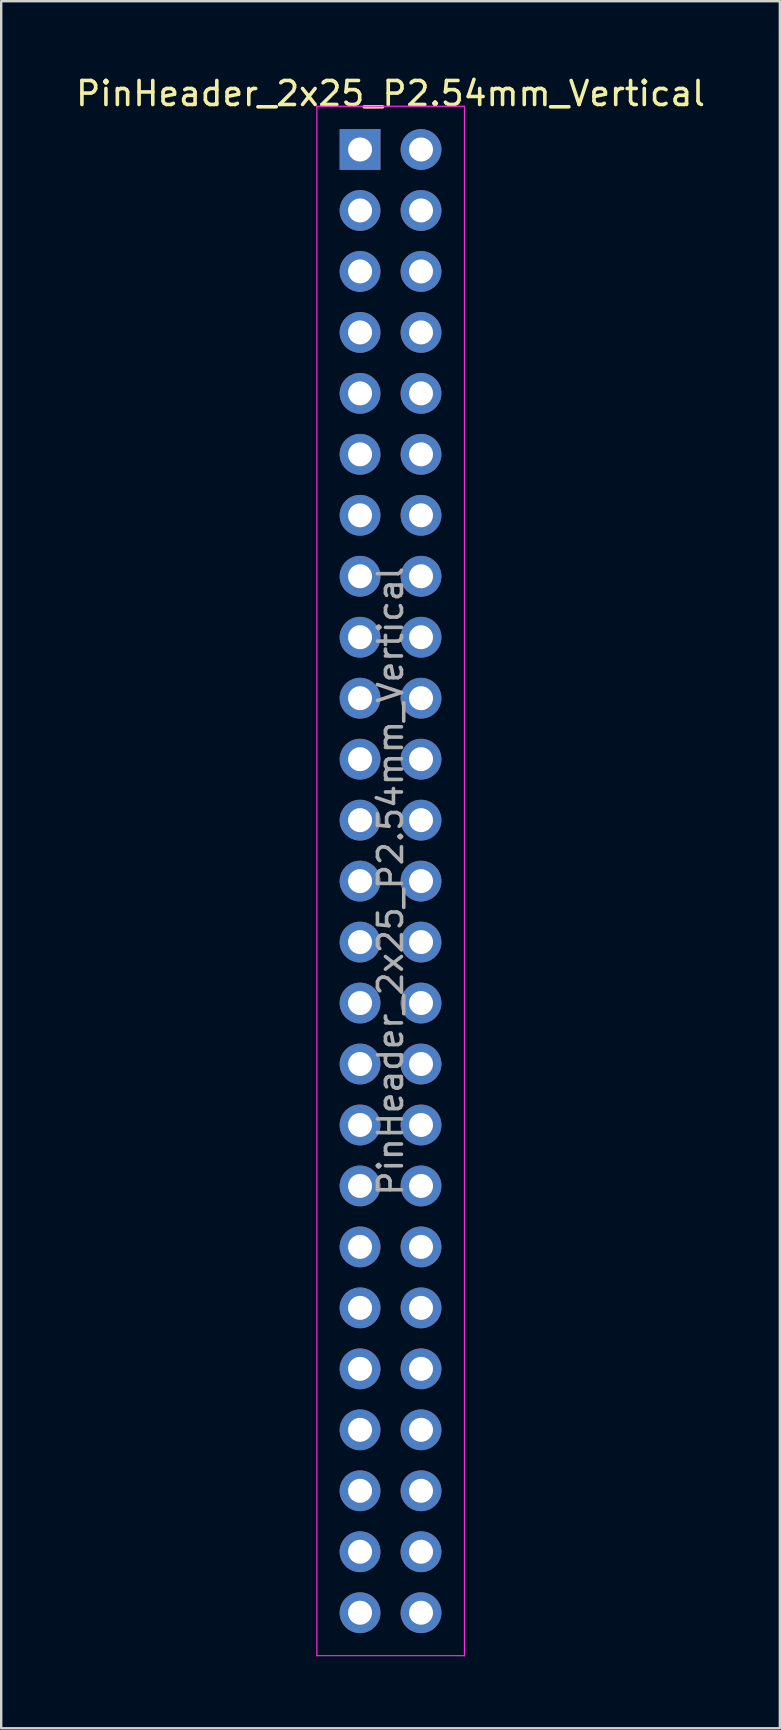
<source format=kicad_pcb>
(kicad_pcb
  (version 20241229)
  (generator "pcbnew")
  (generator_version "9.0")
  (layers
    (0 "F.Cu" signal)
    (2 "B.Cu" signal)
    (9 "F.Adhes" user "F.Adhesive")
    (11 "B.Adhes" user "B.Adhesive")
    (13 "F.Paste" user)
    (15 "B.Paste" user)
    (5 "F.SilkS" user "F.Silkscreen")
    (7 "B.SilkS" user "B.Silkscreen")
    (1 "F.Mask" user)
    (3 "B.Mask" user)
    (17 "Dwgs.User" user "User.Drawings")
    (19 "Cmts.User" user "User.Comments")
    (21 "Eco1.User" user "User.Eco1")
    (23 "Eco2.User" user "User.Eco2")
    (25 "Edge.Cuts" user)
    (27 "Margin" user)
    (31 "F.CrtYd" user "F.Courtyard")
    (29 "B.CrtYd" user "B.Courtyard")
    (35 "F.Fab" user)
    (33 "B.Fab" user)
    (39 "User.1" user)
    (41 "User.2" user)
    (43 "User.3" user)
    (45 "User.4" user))
  (footprint "PinHeader_2x25_P2.54mm_Vertical"
    (layer "F.Cu")
    (at 11.95 3.178)
    (property "Reference" "PinHeader_2x25_P2.54mm_Vertical" (at 1.27 -2.33 0) (layer "F.SilkS") (effects (font (size 1 1) (thickness 0.15))))
    (attr through_hole)
    (fp_line (start -1.8 -1.8) (end -1.8 62.75) (stroke (width 0.05) (type solid)) (layer "F.CrtYd"))
    (fp_line (start -1.8 62.75) (end 4.35 62.75) (stroke (width 0.05) (type solid)) (layer "F.CrtYd"))
    (fp_line (start 4.35 -1.8) (end -1.8 -1.8) (stroke (width 0.05) (type solid)) (layer "F.CrtYd"))
    (fp_line (start 4.35 62.75) (end 4.35 -1.8) (stroke (width 0.05) (type solid)) (layer "F.CrtYd"))
    (fp_text user "${REFERENCE}" (at 1.27 30.48 90) (layer "F.Fab") (effects (font (size 1 1) (thickness 0.15))))
    (pad "1" thru_hole rect (at 0 0) (size 1.7 1.7) (drill 1) (layers "*.Cu" "*.Mask"))
    (pad "2" thru_hole oval (at 2.54 0) (size 1.7 1.7) (drill 1) (layers "*.Cu" "*.Mask"))
    (pad "3" thru_hole oval (at 0 2.54) (size 1.7 1.7) (drill 1) (layers "*.Cu" "*.Mask"))
    (pad "4" thru_hole oval (at 2.54 2.54) (size 1.7 1.7) (drill 1) (layers "*.Cu" "*.Mask"))
    (pad "5" thru_hole oval (at 0 5.08) (size 1.7 1.7) (drill 1) (layers "*.Cu" "*.Mask"))
    (pad "6" thru_hole oval (at 2.54 5.08) (size 1.7 1.7) (drill 1) (layers "*.Cu" "*.Mask"))
    (pad "7" thru_hole oval (at 0 7.62) (size 1.7 1.7) (drill 1) (layers "*.Cu" "*.Mask"))
    (pad "8" thru_hole oval (at 2.54 7.62) (size 1.7 1.7) (drill 1) (layers "*.Cu" "*.Mask"))
    (pad "9" thru_hole oval (at 0 10.16) (size 1.7 1.7) (drill 1) (layers "*.Cu" "*.Mask"))
    (pad "10" thru_hole oval (at 2.54 10.16) (size 1.7 1.7) (drill 1) (layers "*.Cu" "*.Mask"))
    (pad "11" thru_hole oval (at 0 12.7) (size 1.7 1.7) (drill 1) (layers "*.Cu" "*.Mask"))
    (pad "12" thru_hole oval (at 2.54 12.7) (size 1.7 1.7) (drill 1) (layers "*.Cu" "*.Mask"))
    (pad "13" thru_hole oval (at 0 15.24) (size 1.7 1.7) (drill 1) (layers "*.Cu" "*.Mask"))
    (pad "14" thru_hole oval (at 2.54 15.24) (size 1.7 1.7) (drill 1) (layers "*.Cu" "*.Mask"))
    (pad "15" thru_hole oval (at 0 17.78) (size 1.7 1.7) (drill 1) (layers "*.Cu" "*.Mask"))
    (pad "16" thru_hole oval (at 2.54 17.78) (size 1.7 1.7) (drill 1) (layers "*.Cu" "*.Mask"))
    (pad "17" thru_hole oval (at 0 20.32) (size 1.7 1.7) (drill 1) (layers "*.Cu" "*.Mask"))
    (pad "18" thru_hole oval (at 2.54 20.32) (size 1.7 1.7) (drill 1) (layers "*.Cu" "*.Mask"))
    (pad "19" thru_hole oval (at 0 22.86) (size 1.7 1.7) (drill 1) (layers "*.Cu" "*.Mask"))
    (pad "20" thru_hole oval (at 2.54 22.86) (size 1.7 1.7) (drill 1) (layers "*.Cu" "*.Mask"))
    (pad "21" thru_hole oval (at 0 25.4) (size 1.7 1.7) (drill 1) (layers "*.Cu" "*.Mask"))
    (pad "22" thru_hole oval (at 2.54 25.4) (size 1.7 1.7) (drill 1) (layers "*.Cu" "*.Mask"))
    (pad "23" thru_hole oval (at 0 27.94) (size 1.7 1.7) (drill 1) (layers "*.Cu" "*.Mask"))
    (pad "24" thru_hole oval (at 2.54 27.94) (size 1.7 1.7) (drill 1) (layers "*.Cu" "*.Mask"))
    (pad "25" thru_hole oval (at 0 30.48) (size 1.7 1.7) (drill 1) (layers "*.Cu" "*.Mask"))
    (pad "26" thru_hole oval (at 2.54 30.48) (size 1.7 1.7) (drill 1) (layers "*.Cu" "*.Mask"))
    (pad "27" thru_hole oval (at 0 33.02) (size 1.7 1.7) (drill 1) (layers "*.Cu" "*.Mask"))
    (pad "28" thru_hole oval (at 2.54 33.02) (size 1.7 1.7) (drill 1) (layers "*.Cu" "*.Mask"))
    (pad "29" thru_hole oval (at 0 35.56) (size 1.7 1.7) (drill 1) (layers "*.Cu" "*.Mask"))
    (pad "30" thru_hole oval (at 2.54 35.56) (size 1.7 1.7) (drill 1) (layers "*.Cu" "*.Mask"))
    (pad "31" thru_hole oval (at 0 38.1) (size 1.7 1.7) (drill 1) (layers "*.Cu" "*.Mask"))
    (pad "32" thru_hole oval (at 2.54 38.1) (size 1.7 1.7) (drill 1) (layers "*.Cu" "*.Mask"))
    (pad "33" thru_hole oval (at 0 40.64) (size 1.7 1.7) (drill 1) (layers "*.Cu" "*.Mask"))
    (pad "34" thru_hole oval (at 2.54 40.64) (size 1.7 1.7) (drill 1) (layers "*.Cu" "*.Mask"))
    (pad "35" thru_hole oval (at 0 43.18) (size 1.7 1.7) (drill 1) (layers "*.Cu" "*.Mask"))
    (pad "36" thru_hole oval (at 2.54 43.18) (size 1.7 1.7) (drill 1) (layers "*.Cu" "*.Mask"))
    (pad "37" thru_hole oval (at 0 45.72) (size 1.7 1.7) (drill 1) (layers "*.Cu" "*.Mask"))
    (pad "38" thru_hole oval (at 2.54 45.72) (size 1.7 1.7) (drill 1) (layers "*.Cu" "*.Mask"))
    (pad "39" thru_hole oval (at 0 48.26) (size 1.7 1.7) (drill 1) (layers "*.Cu" "*.Mask"))
    (pad "40" thru_hole oval (at 2.54 48.26) (size 1.7 1.7) (drill 1) (layers "*.Cu" "*.Mask"))
    (pad "41" thru_hole oval (at 0 50.8) (size 1.7 1.7) (drill 1) (layers "*.Cu" "*.Mask"))
    (pad "42" thru_hole oval (at 2.54 50.8) (size 1.7 1.7) (drill 1) (layers "*.Cu" "*.Mask"))
    (pad "43" thru_hole oval (at 0 53.34) (size 1.7 1.7) (drill 1) (layers "*.Cu" "*.Mask"))
    (pad "44" thru_hole oval (at 2.54 53.34) (size 1.7 1.7) (drill 1) (layers "*.Cu" "*.Mask"))
    (pad "45" thru_hole oval (at 0 55.88) (size 1.7 1.7) (drill 1) (layers "*.Cu" "*.Mask"))
    (pad "46" thru_hole oval (at 2.54 55.88) (size 1.7 1.7) (drill 1) (layers "*.Cu" "*.Mask"))
    (pad "47" thru_hole oval (at 0 58.42) (size 1.7 1.7) (drill 1) (layers "*.Cu" "*.Mask"))
    (pad "48" thru_hole oval (at 2.54 58.42) (size 1.7 1.7) (drill 1) (layers "*.Cu" "*.Mask"))
    (pad "49" thru_hole oval (at 0 60.96) (size 1.7 1.7) (drill 1) (layers "*.Cu" "*.Mask"))
    (pad "50" thru_hole oval (at 2.54 60.96) (size 1.7 1.7) (drill 1) (layers "*.Cu" "*.Mask")))
  (gr_rect
    (start -3 -3)
    (end 29.44 68.953)
    (stroke (width 0.1) (type default))
    (fill no)
    (layer "Edge.Cuts")))
</source>
